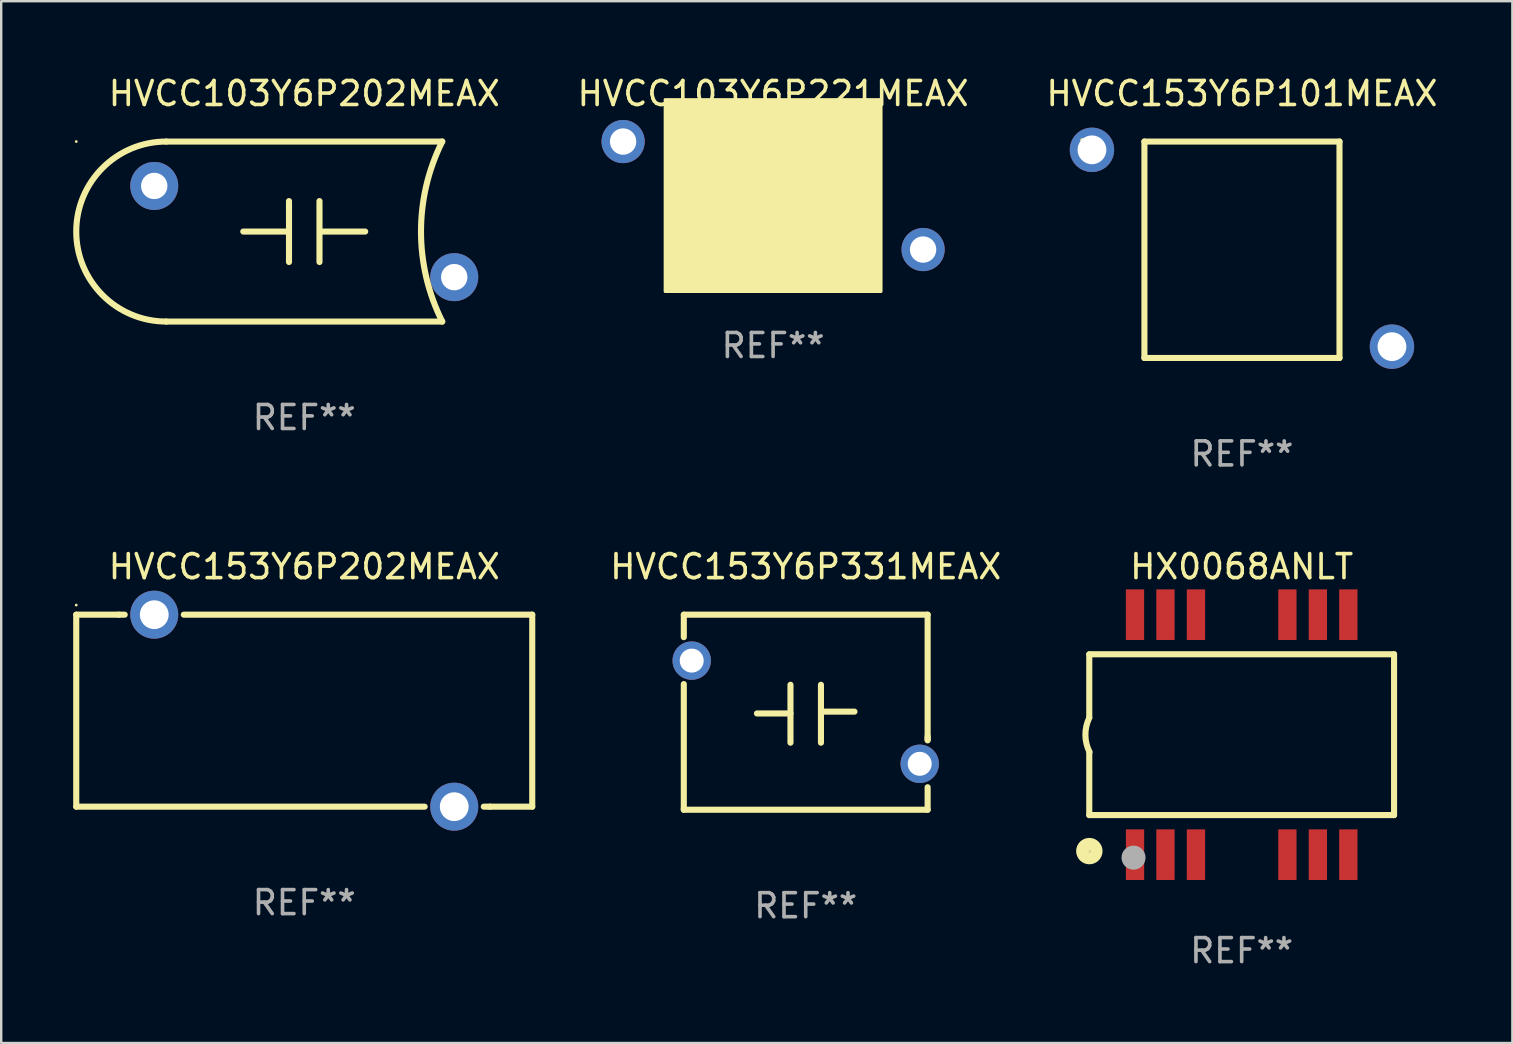
<source format=kicad_pcb>
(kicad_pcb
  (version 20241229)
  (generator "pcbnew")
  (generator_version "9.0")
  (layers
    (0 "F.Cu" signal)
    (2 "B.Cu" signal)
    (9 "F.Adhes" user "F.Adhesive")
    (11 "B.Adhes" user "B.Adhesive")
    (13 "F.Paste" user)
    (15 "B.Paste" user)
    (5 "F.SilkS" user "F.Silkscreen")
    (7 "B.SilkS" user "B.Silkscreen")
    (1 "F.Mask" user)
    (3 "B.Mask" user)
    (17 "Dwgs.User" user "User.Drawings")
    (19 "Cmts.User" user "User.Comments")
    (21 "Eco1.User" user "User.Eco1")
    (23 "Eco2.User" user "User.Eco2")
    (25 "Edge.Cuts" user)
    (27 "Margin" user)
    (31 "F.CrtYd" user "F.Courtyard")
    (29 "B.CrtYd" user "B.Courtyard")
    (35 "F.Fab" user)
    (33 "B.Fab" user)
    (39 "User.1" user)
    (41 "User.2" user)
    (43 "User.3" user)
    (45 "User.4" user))
  (footprint "HVCC153Y6P101MEAX"
    (layer "F.Cu")
    (at 48.699 7.357)
    (property "Reference" "HVCC153Y6P101MEAX" (at 0 -6.509 0) (layer "F.SilkS") (effects (font (size 1 1) (thickness 0.15))))
    (attr through_hole)
    (fp_line (start -4.064 -4.509) (end 4.064 -4.509) (stroke (width 0.254) (type solid)) (layer "F.SilkS"))
    (fp_line (start -4.064 4.509) (end -4.064 -4.509) (stroke (width 0.254) (type solid)) (layer "F.SilkS"))
    (fp_line (start 4.064 -4.509) (end 4.064 4.509) (stroke (width 0.254) (type solid)) (layer "F.SilkS"))
    (fp_line (start 4.064 4.509) (end -4.064 4.509) (stroke (width 0.254) (type solid)) (layer "F.SilkS"))
    (fp_circle (center -6.65 -4.563) (end -6.621 -4.563) (stroke (width 0.06) (type solid)) (fill no) (layer "F.SilkS"))
    (fp_text user "REF**" (at 0 8.509 0) (layer "F.Fab") (effects (font (size 1 1) (thickness 0.15))))
    (pad "1" thru_hole circle (at -6.25 -4.164) (size 1.85 1.85) (drill 1.2) (layers "*.Cu" "*.Mask"))
    (pad "2" thru_hole circle (at 6.25 4.037) (size 1.85 1.85) (drill 1.2) (layers "*.Cu" "*.Mask")))
  (footprint "HVCC153Y6P202MEAX"
    (layer "F.Cu")
    (at 9.627 26.562)
    (property "Reference" "HVCC153Y6P202MEAX" (at 0 -6 0) (layer "F.SilkS") (effects (font (size 1 1) (thickness 0.15))))
    (attr through_hole)
    (fp_line (start -9.5 -4) (end -7.731 -4) (stroke (width 0.254) (type solid)) (layer "F.SilkS"))
    (fp_line (start -9.5 4) (end -9.5 -4) (stroke (width 0.254) (type solid)) (layer "F.SilkS"))
    (fp_line (start -9.5 4) (end 5.019 4) (stroke (width 0.254) (type solid)) (layer "F.SilkS"))
    (fp_line (start -7.731 -4) (end -7.481 -4) (stroke (width 0.254) (type solid)) (layer "F.SilkS"))
    (fp_line (start -5.019 -4) (end 9.5 -4) (stroke (width 0.254) (type solid)) (layer "F.SilkS"))
    (fp_line (start 7.481 4) (end 7.731 4) (stroke (width 0.254) (type solid)) (layer "F.SilkS"))
    (fp_line (start 9.5 -4) (end 9.5 4) (stroke (width 0.254) (type solid)) (layer "F.SilkS"))
    (fp_line (start 9.5 4) (end 7.731 4) (stroke (width 0.254) (type solid)) (layer "F.SilkS"))
    (fp_circle (center -9.5 -4.4) (end -9.47 -4.4) (stroke (width 0.06) (type solid)) (fill no) (layer "F.SilkS"))
    (fp_text user "REF**" (at 0 8 0) (layer "F.Fab") (effects (font (size 1 1) (thickness 0.15))))
    (pad "1" thru_hole circle (at -6.25 -4) (size 2 2) (drill 1.2) (layers "*.Cu" "*.Mask"))
    (pad "2" thru_hole circle (at 6.25 4) (size 2 2) (drill 1.2) (layers "*.Cu" "*.Mask")))
  (footprint "HVCC153Y6P331MEAX"
    (layer "F.Cu")
    (at 30.522 26.626)
    (property "Reference" "HVCC153Y6P331MEAX" (at 0 -6.064 0) (layer "F.SilkS") (effects (font (size 1 1) (thickness 0.15))))
    (attr through_hole)
    (fp_line (start -5.08 -4.064) (end -5.08 -3.127) (stroke (width 0.254) (type solid)) (layer "F.SilkS"))
    (fp_line (start -5.08 -1.173) (end -5.08 4.064) (stroke (width 0.254) (type solid)) (layer "F.SilkS"))
    (fp_line (start -5.08 4.064) (end 5.08 4.064) (stroke (width 0.254) (type solid)) (layer "F.SilkS"))
    (fp_line (start -0.635 -1.143) (end -0.635 1.27) (stroke (width 0.254) (type solid)) (layer "F.SilkS"))
    (fp_line (start -0.635 0.052) (end -2.032 0.052) (stroke (width 0.254) (type solid)) (layer "F.SilkS"))
    (fp_line (start 0.635 -0.024) (end 2.032 -0.024) (stroke (width 0.254) (type solid)) (layer "F.SilkS"))
    (fp_line (start 0.635 1.27) (end 0.635 -1.143) (stroke (width 0.254) (type solid)) (layer "F.SilkS"))
    (fp_line (start 5.08 -4.064) (end -5.08 -4.064) (stroke (width 0.254) (type solid)) (layer "F.SilkS"))
    (fp_line (start 5.08 1.143) (end 5.08 -4.064) (stroke (width 0.254) (type solid)) (layer "F.SilkS"))
    (fp_line (start 5.08 1.173) (end 5.08 1.016) (stroke (width 0.254) (type solid)) (layer "F.SilkS"))
    (fp_line (start 5.08 4.064) (end 5.08 3.127) (stroke (width 0.254) (type solid)) (layer "F.SilkS"))
    (fp_circle (center -5.15 4) (end -5.12 4) (stroke (width 0.06) (type solid)) (fill no) (layer "F.SilkS"))
    (fp_text user "REF**" (at 0 8.064 0) (layer "F.Fab") (effects (font (size 1 1) (thickness 0.15))))
    (pad "1" thru_hole circle (at -4.75 -2.15) (size 1.6 1.6) (drill 1) (layers "*.Cu" "*.Mask"))
    (pad "2" thru_hole circle (at 4.75 2.15) (size 1.6 1.6) (drill 1) (layers "*.Cu" "*.Mask")))
  (footprint "HVCC103Y6P202MEAX"
    (layer "F.Cu")
    (at 9.627 6.598)
    (property "Reference" "HVCC103Y6P202MEAX" (at 0 -5.75 0) (layer "F.SilkS") (effects (font (size 1 1) (thickness 0.15))))
    (attr through_hole)
    (fp_line (start -5.75 -3.75) (end 5.75 -3.75) (stroke (width 0.254) (type solid)) (layer "F.SilkS"))
    (fp_line (start -5.75 3.75) (end 5.75 3.75) (stroke (width 0.254) (type solid)) (layer "F.SilkS"))
    (fp_line (start -0.762 0) (end -2.54 0) (stroke (width 0.254) (type solid)) (layer "F.SilkS"))
    (fp_line (start -0.635 1.27) (end -0.635 -1.27) (stroke (width 0.254) (type solid)) (layer "F.SilkS"))
    (fp_line (start 0.635 -1.27) (end 0.635 1.27) (stroke (width 0.254) (type solid)) (layer "F.SilkS"))
    (fp_line (start 0.762 0) (end 2.54 0) (stroke (width 0.254) (type solid)) (layer "F.SilkS"))
    (fp_arc (start -5.750064 3.750013) (mid -9.500077 0) (end -5.750064 -3.750013) (stroke (width 0.254001) (type solid)) (layer "F.SilkS"))
    (fp_arc (start 5.750064 3.750012) (mid 4.864806 0) (end 5.750064 -3.750013) (stroke (width 0.254001) (type solid)) (layer "F.SilkS"))
    (fp_circle (center -9.5 -3.75) (end -9.47 -3.75) (stroke (width 0.06) (type solid)) (fill no) (layer "F.SilkS"))
    (fp_text user "REF**" (at 0 7.75 0) (layer "F.Fab") (effects (font (size 1 1) (thickness 0.15))))
    (pad "1" thru_hole circle (at -6.25 -1.9) (size 2 2) (drill 1.1) (layers "*.Cu" "*.Mask"))
    (pad "2" thru_hole circle (at 6.25 1.9) (size 2 2) (drill 1.1) (layers "*.Cu" "*.Mask")))
  (footprint "HVCC103Y6P221MEAX"
    (layer "F.Cu")
    (at 29.163 5.098)
    (property "Reference" "HVCC103Y6P221MEAX" (at 0 -4.25 0) (layer "F.SilkS") (effects (font (size 1 1) (thickness 0.15))))
    (attr through_hole)
    (fp_circle (center -6.65 -4) (end -6.62 -4) (stroke (width 0.06) (type solid)) (fill no) (layer "F.SilkS"))
    (fp_poly (pts (xy -4.5 -4) (xy 4.5 -4) (xy 4.5 4) (xy -4.5 4)) (stroke (width 0.12) (type solid)) (fill yes) (layer "F.SilkS"))
    (fp_text user "REF**" (at 0 6.25 0) (layer "F.Fab") (effects (font (size 1 1) (thickness 0.15))))
    (pad "1" thru_hole circle (at -6.25 -2.25) (size 1.8 1.8) (drill 1.1) (layers "*.Cu" "*.Mask"))
    (pad "2" thru_hole circle (at 6.25 2.25) (size 1.8 1.8) (drill 1.1) (layers "*.Cu" "*.Mask")))
  (footprint "HX0068ANLT"
    (layer "F.Cu")
    (at 48.687 27.562)
    (property "Reference" "HX0068ANLT" (at 0 -7 0) (layer "F.SilkS") (effects (font (size 1 1) (thickness 0.15))))
    (attr through_hole)
    (fp_line (start -6.35 -0.715) (end -6.35 -3.345) (stroke (width 0.254) (type solid)) (layer "F.SilkS"))
    (fp_line (start -6.35 -3.35) (end 6.35 -3.35) (stroke (width 0.254) (type solid)) (layer "F.SilkS"))
    (fp_line (start -6.35 3.35) (end -6.35 0.72) (stroke (width 0.254) (type solid)) (layer "F.SilkS"))
    (fp_line (start -6.35 3.35) (end 6.35 3.35) (stroke (width 0.254) (type solid)) (layer "F.SilkS"))
    (fp_line (start 6.35 3.35) (end 6.35 -3.35) (stroke (width 0.254) (type solid)) (layer "F.SilkS"))
    (fp_arc (start -6.339979 0.719965) (mid -6.510999 0.011137) (end -6.349962 -0.700025) (stroke (width 0.254001) (type solid)) (layer "F.SilkS"))
    (fp_circle (center -6.35 4.85) (end -6.32 4.85) (stroke (width 0.06) (type solid)) (fill no) (layer "F.SilkS"))
    (fp_circle (center -6.347 4.851) (end -6.047 4.851) (stroke (width 0.5) (type solid)) (fill no) (layer "F.SilkS"))
    (fp_circle (center -4.506 5.124) (end -4.255 5.124) (stroke (width 0.5) (type solid)) (fill no) (layer "F.Fab"))
    (fp_text user "REF**" (at 0 9 0) (layer "F.Fab") (effects (font (size 1 1) (thickness 0.15))))
    (pad "1" smd rect (at -4.443 5 90) (size 2.108 0.762) (layers "F.Cu" "F.Mask" "F.Paste"))
    (pad "2" smd rect (at -3.175 5 90) (size 2.108 0.762) (layers "F.Cu" "F.Mask" "F.Paste"))
    (pad "3" smd rect (at -1.905 5 90) (size 2.108 0.762) (layers "F.Cu" "F.Mask" "F.Paste"))
    (pad "4" smd rect (at 1.905 5 90) (size 2.108 0.762) (layers "F.Cu" "F.Mask" "F.Paste"))
    (pad "5" smd rect (at 3.175 5 90) (size 2.108 0.762) (layers "F.Cu" "F.Mask" "F.Paste"))
    (pad "6" smd rect (at 4.445 5 90) (size 2.108 0.762) (layers "F.Cu" "F.Mask" "F.Paste"))
    (pad "7" smd rect (at 4.445 -5 90) (size 2.108 0.762) (layers "F.Cu" "F.Mask" "F.Paste"))
    (pad "8" smd rect (at 3.175 -5 90) (size 2.108 0.762) (layers "F.Cu" "F.Mask" "F.Paste"))
    (pad "9" smd rect (at 1.905 -5 90) (size 2.108 0.762) (layers "F.Cu" "F.Mask" "F.Paste"))
    (pad "10" smd rect (at -1.905 -5 90) (size 2.108 0.762) (layers "F.Cu" "F.Mask" "F.Paste"))
    (pad "11" smd rect (at -3.175 -5 90) (size 2.108 0.762) (layers "F.Cu" "F.Mask" "F.Paste"))
    (pad "12" smd rect (at -4.445 -5 90) (size 2.108 0.762) (layers "F.Cu" "F.Mask" "F.Paste")))
  (gr_rect
    (start -3 -3)
    (end 59.966 40.41)
    (stroke (width 0.1) (type default))
    (fill no)
    (layer "Edge.Cuts")))
</source>
